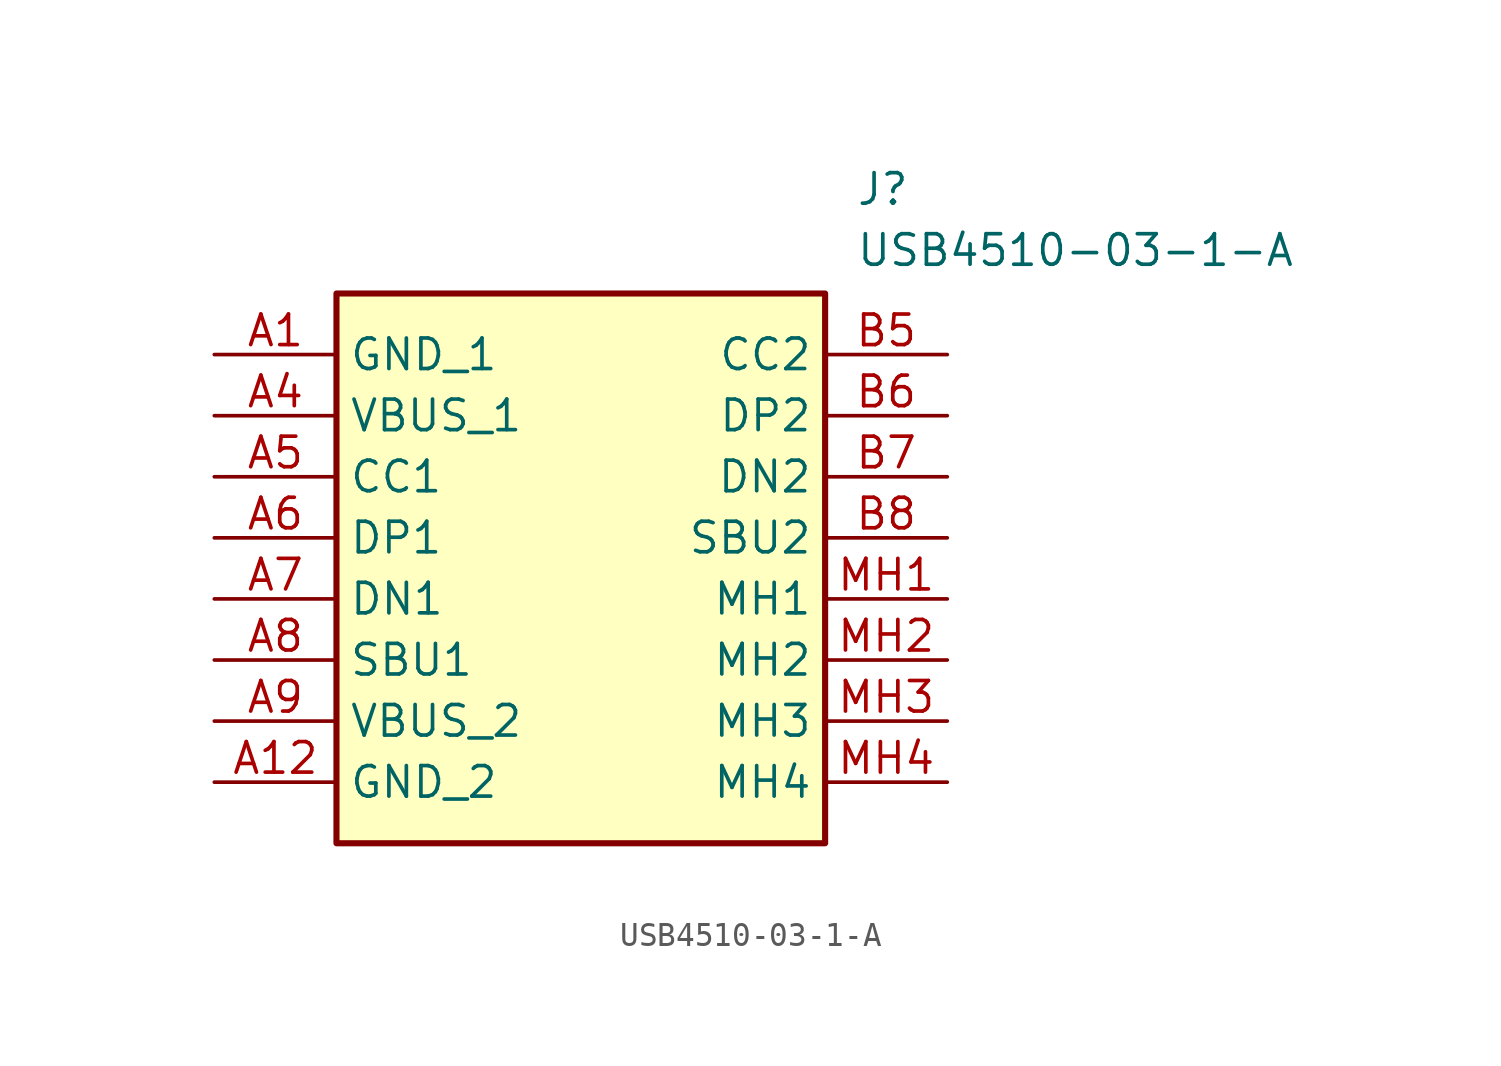
<source format=kicad_sym>
(kicad_symbol_lib
  (version 20211014)
  (generator SamacSys_ECAD_Model)
  (symbol "USB4510-03-1-A"
    (property "Reference" "J"
      (at 26.67 7.62 0)
      (effects (font (size 1.27 1.27)) (justify left top)))
    (property "Value" "USB4510-03-1-A"
      (at 26.67 5.08 0)
      (effects (font (size 1.27 1.27)) (justify left top)))
    (rectangle
      (start 5.08 2.54)
      (end 25.4 -20.32)
      (stroke (width 0.254) (type default))
      (fill (type background)))
    (pin passive line
      (at 0 0 0)
      (length 5.08)
      (name "GND_1" (effects (font (size 1.27 1.27))))
      (number "A1" (effects (font (size 1.27 1.27)))))
    (pin passive line
      (at 0 -2.54 0)
      (length 5.08)
      (name "VBUS_1" (effects (font (size 1.27 1.27))))
      (number "A4" (effects (font (size 1.27 1.27)))))
    (pin passive line
      (at 0 -5.08 0)
      (length 5.08)
      (name "CC1" (effects (font (size 1.27 1.27))))
      (number "A5" (effects (font (size 1.27 1.27)))))
    (pin passive line
      (at 0 -7.62 0)
      (length 5.08)
      (name "DP1" (effects (font (size 1.27 1.27))))
      (number "A6" (effects (font (size 1.27 1.27)))))
    (pin passive line
      (at 0 -10.16 0)
      (length 5.08)
      (name "DN1" (effects (font (size 1.27 1.27))))
      (number "A7" (effects (font (size 1.27 1.27)))))
    (pin passive line
      (at 0 -12.7 0)
      (length 5.08)
      (name "SBU1" (effects (font (size 1.27 1.27))))
      (number "A8" (effects (font (size 1.27 1.27)))))
    (pin passive line
      (at 0 -15.24 0)
      (length 5.08)
      (name "VBUS_2" (effects (font (size 1.27 1.27))))
      (number "A9" (effects (font (size 1.27 1.27)))))
    (pin passive line
      (at 0 -17.78 0)
      (length 5.08)
      (name "GND_2" (effects (font (size 1.27 1.27))))
      (number "A12" (effects (font (size 1.27 1.27)))))
    (pin passive line
      (at 30.48 0 180)
      (length 5.08)
      (name "CC2" (effects (font (size 1.27 1.27))))
      (number "B5" (effects (font (size 1.27 1.27)))))
    (pin passive line
      (at 30.48 -2.54 180)
      (length 5.08)
      (name "DP2" (effects (font (size 1.27 1.27))))
      (number "B6" (effects (font (size 1.27 1.27)))))
    (pin passive line
      (at 30.48 -5.08 180)
      (length 5.08)
      (name "DN2" (effects (font (size 1.27 1.27))))
      (number "B7" (effects (font (size 1.27 1.27)))))
    (pin passive line
      (at 30.48 -7.62 180)
      (length 5.08)
      (name "SBU2" (effects (font (size 1.27 1.27))))
      (number "B8" (effects (font (size 1.27 1.27)))))
    (pin passive line
      (at 30.48 -10.16 180)
      (length 5.08)
      (name "MH1" (effects (font (size 1.27 1.27))))
      (number "MH1" (effects (font (size 1.27 1.27)))))
    (pin passive line
      (at 30.48 -12.7 180)
      (length 5.08)
      (name "MH2" (effects (font (size 1.27 1.27))))
      (number "MH2" (effects (font (size 1.27 1.27)))))
    (pin passive line
      (at 30.48 -15.24 180)
      (length 5.08)
      (name "MH3" (effects (font (size 1.27 1.27))))
      (number "MH3" (effects (font (size 1.27 1.27)))))
    (pin passive line
      (at 30.48 -17.78 180)
      (length 5.08)
      (name "MH4" (effects (font (size 1.27 1.27))))
      (number "MH4" (effects (font (size 1.27 1.27)))))))
</source>
